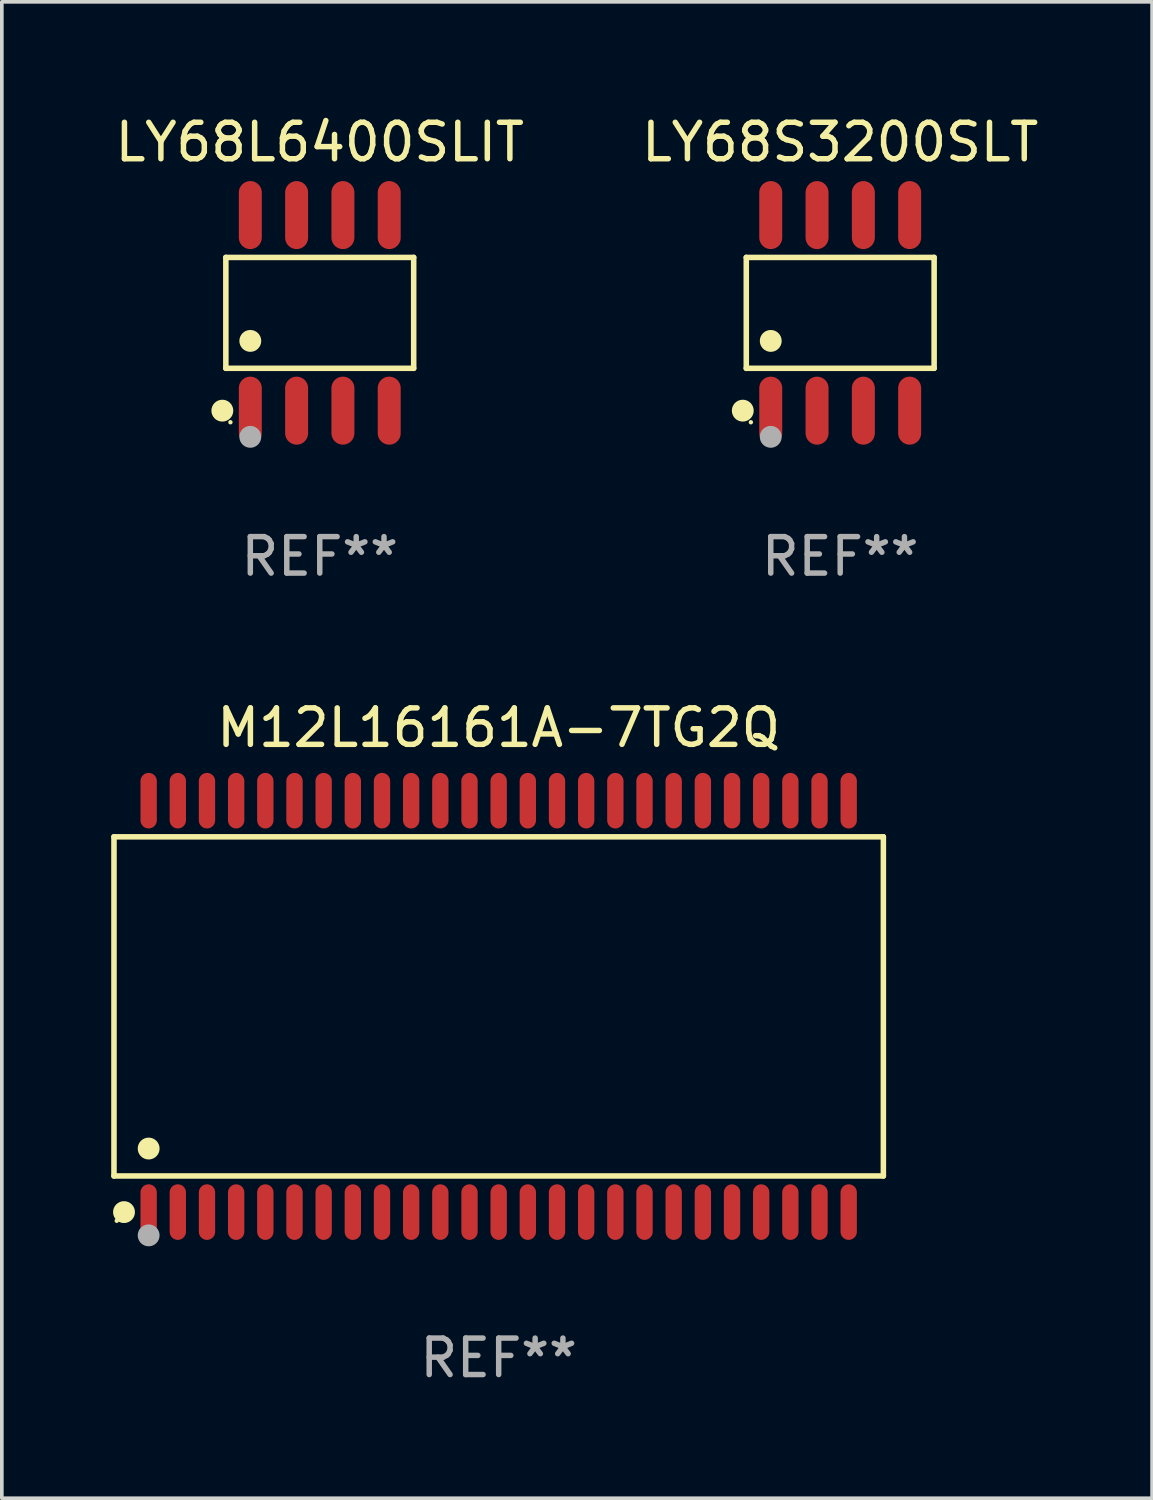
<source format=kicad_pcb>
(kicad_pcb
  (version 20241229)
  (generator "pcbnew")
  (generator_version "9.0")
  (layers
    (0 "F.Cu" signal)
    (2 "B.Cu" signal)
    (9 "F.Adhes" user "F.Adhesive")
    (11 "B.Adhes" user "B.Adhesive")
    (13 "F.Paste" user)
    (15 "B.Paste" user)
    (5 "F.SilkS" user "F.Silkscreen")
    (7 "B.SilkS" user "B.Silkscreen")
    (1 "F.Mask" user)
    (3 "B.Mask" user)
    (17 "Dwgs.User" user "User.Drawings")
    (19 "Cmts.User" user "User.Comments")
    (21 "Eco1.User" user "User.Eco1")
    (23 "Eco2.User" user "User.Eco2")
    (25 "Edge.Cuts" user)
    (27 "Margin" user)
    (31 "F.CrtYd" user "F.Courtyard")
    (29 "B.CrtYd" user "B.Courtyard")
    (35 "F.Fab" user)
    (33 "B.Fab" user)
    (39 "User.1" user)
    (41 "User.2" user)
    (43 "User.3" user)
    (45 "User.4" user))
  (footprint "LY68S3200SLT"
    (layer "F.Cu")
    (at 19.994 5.531)
    (property "Reference" "LY68S3200SLT" (at 0 -4.682 0) (layer "F.SilkS") (effects (font (size 1 1) (thickness 0.15))))
    (attr through_hole)
    (fp_line (start -2.576 -1.521) (end 2.576 -1.521) (stroke (width 0.152) (type solid)) (layer "F.SilkS"))
    (fp_line (start -2.576 1.521) (end -2.576 -1.521) (stroke (width 0.152) (type solid)) (layer "F.SilkS"))
    (fp_line (start 2.576 -1.521) (end 2.576 1.521) (stroke (width 0.152) (type solid)) (layer "F.SilkS"))
    (fp_line (start 2.576 1.521) (end -2.576 1.521) (stroke (width 0.152) (type solid)) (layer "F.SilkS"))
    (fp_circle (center -2.672 2.682) (end -2.522 2.682) (stroke (width 0.3) (type solid)) (fill no) (layer "F.SilkS"))
    (fp_circle (center -2.45 3) (end -2.42 3) (stroke (width 0.06) (type solid)) (fill no) (layer "F.SilkS"))
    (fp_circle (center -1.905 0.769) (end -1.755 0.769) (stroke (width 0.3) (type solid)) (fill no) (layer "F.SilkS"))
    (fp_circle (center -1.905 3.4) (end -1.755 3.4) (stroke (width 0.3) (type solid)) (fill no) (layer "F.Fab"))
    (fp_text user "REF**" (at 0 6.682 0) (layer "F.Fab") (effects (font (size 1 1) (thickness 0.15))))
    (pad "1" smd oval (at -1.905 2.682) (size 0.63 1.865) (layers "F.Cu" "F.Mask" "F.Paste"))
    (pad "2" smd oval (at -0.635 2.682) (size 0.63 1.865) (layers "F.Cu" "F.Mask" "F.Paste"))
    (pad "3" smd oval (at 0.635 2.682) (size 0.63 1.865) (layers "F.Cu" "F.Mask" "F.Paste"))
    (pad "4" smd oval (at 1.905 2.682) (size 0.63 1.865) (layers "F.Cu" "F.Mask" "F.Paste"))
    (pad "5" smd oval (at 1.905 -2.682) (size 0.63 1.865) (layers "F.Cu" "F.Mask" "F.Paste"))
    (pad "6" smd oval (at 0.635 -2.682) (size 0.63 1.865) (layers "F.Cu" "F.Mask" "F.Paste"))
    (pad "7" smd oval (at -0.635 -2.682) (size 0.63 1.865) (layers "F.Cu" "F.Mask" "F.Paste"))
    (pad "8" smd oval (at -1.905 -2.682) (size 0.63 1.865) (layers "F.Cu" "F.Mask" "F.Paste")))
  (footprint "LY68L6400SLIT"
    (layer "F.Cu")
    (at 5.72 5.531)
    (property "Reference" "LY68L6400SLIT" (at 0 -4.682 0) (layer "F.SilkS") (effects (font (size 1 1) (thickness 0.15))))
    (attr through_hole)
    (fp_line (start -2.576 -1.521) (end 2.576 -1.521) (stroke (width 0.152) (type solid)) (layer "F.SilkS"))
    (fp_line (start -2.576 1.521) (end -2.576 -1.521) (stroke (width 0.152) (type solid)) (layer "F.SilkS"))
    (fp_line (start 2.576 -1.521) (end 2.576 1.521) (stroke (width 0.152) (type solid)) (layer "F.SilkS"))
    (fp_line (start 2.576 1.521) (end -2.576 1.521) (stroke (width 0.152) (type solid)) (layer "F.SilkS"))
    (fp_circle (center -2.672 2.682) (end -2.522 2.682) (stroke (width 0.3) (type solid)) (fill no) (layer "F.SilkS"))
    (fp_circle (center -2.45 3) (end -2.42 3) (stroke (width 0.06) (type solid)) (fill no) (layer "F.SilkS"))
    (fp_circle (center -1.905 0.769) (end -1.755 0.769) (stroke (width 0.3) (type solid)) (fill no) (layer "F.SilkS"))
    (fp_circle (center -1.905 3.4) (end -1.755 3.4) (stroke (width 0.3) (type solid)) (fill no) (layer "F.Fab"))
    (fp_text user "REF**" (at 0 6.682 0) (layer "F.Fab") (effects (font (size 1 1) (thickness 0.15))))
    (pad "1" smd oval (at -1.905 2.682) (size 0.63 1.865) (layers "F.Cu" "F.Mask" "F.Paste"))
    (pad "2" smd oval (at -0.635 2.682) (size 0.63 1.865) (layers "F.Cu" "F.Mask" "F.Paste"))
    (pad "3" smd oval (at 0.635 2.682) (size 0.63 1.865) (layers "F.Cu" "F.Mask" "F.Paste"))
    (pad "4" smd oval (at 1.905 2.682) (size 0.63 1.865) (layers "F.Cu" "F.Mask" "F.Paste"))
    (pad "5" smd oval (at 1.905 -2.682) (size 0.63 1.865) (layers "F.Cu" "F.Mask" "F.Paste"))
    (pad "6" smd oval (at 0.635 -2.682) (size 0.63 1.865) (layers "F.Cu" "F.Mask" "F.Paste"))
    (pad "7" smd oval (at -0.635 -2.682) (size 0.63 1.865) (layers "F.Cu" "F.Mask" "F.Paste"))
    (pad "8" smd oval (at -1.905 -2.682) (size 0.63 1.865) (layers "F.Cu" "F.Mask" "F.Paste")))
  (footprint "M12L16161A-7TG2Q"
    (layer "F.Cu")
    (at 10.627 24.552)
    (property "Reference" "M12L16161A-7TG2Q" (at 0 -7.642 0) (layer "F.SilkS") (effects (font (size 1 1) (thickness 0.15))))
    (attr through_hole)
    (fp_line (start -10.551 -4.651) (end 10.551 -4.651) (stroke (width 0.152) (type solid)) (layer "F.SilkS"))
    (fp_line (start -10.551 4.651) (end -10.551 -4.651) (stroke (width 0.152) (type solid)) (layer "F.SilkS"))
    (fp_line (start 10.551 -4.651) (end 10.551 4.651) (stroke (width 0.152) (type solid)) (layer "F.SilkS"))
    (fp_line (start 10.551 4.651) (end -10.551 4.651) (stroke (width 0.152) (type solid)) (layer "F.SilkS"))
    (fp_circle (center -10.475 5.88) (end -10.445 5.88) (stroke (width 0.06) (type solid)) (fill no) (layer "F.SilkS"))
    (fp_circle (center -10.276 5.642) (end -10.126 5.642) (stroke (width 0.3) (type solid)) (fill no) (layer "F.SilkS"))
    (fp_circle (center -9.6 3.899) (end -9.45 3.899) (stroke (width 0.3) (type solid)) (fill no) (layer "F.SilkS"))
    (fp_circle (center -9.6 6.28) (end -9.45 6.28) (stroke (width 0.3) (type solid)) (fill no) (layer "F.Fab"))
    (fp_text user "REF**" (at 0 9.642 0) (layer "F.Fab") (effects (font (size 1 1) (thickness 0.15))))
    (pad "1" smd oval (at -9.6 5.642) (size 0.448 1.524) (layers "F.Cu" "F.Mask" "F.Paste"))
    (pad "2" smd oval (at -8.8 5.642) (size 0.448 1.524) (layers "F.Cu" "F.Mask" "F.Paste"))
    (pad "3" smd oval (at -8 5.642) (size 0.448 1.524) (layers "F.Cu" "F.Mask" "F.Paste"))
    (pad "4" smd oval (at -7.2 5.642) (size 0.448 1.524) (layers "F.Cu" "F.Mask" "F.Paste"))
    (pad "5" smd oval (at -6.4 5.642) (size 0.448 1.524) (layers "F.Cu" "F.Mask" "F.Paste"))
    (pad "6" smd oval (at -5.6 5.642) (size 0.448 1.524) (layers "F.Cu" "F.Mask" "F.Paste"))
    (pad "7" smd oval (at -4.8 5.642) (size 0.448 1.524) (layers "F.Cu" "F.Mask" "F.Paste"))
    (pad "8" smd oval (at -4 5.642) (size 0.448 1.524) (layers "F.Cu" "F.Mask" "F.Paste"))
    (pad "9" smd oval (at -3.2 5.642) (size 0.448 1.524) (layers "F.Cu" "F.Mask" "F.Paste"))
    (pad "10" smd oval (at -2.4 5.642) (size 0.448 1.524) (layers "F.Cu" "F.Mask" "F.Paste"))
    (pad "11" smd oval (at -1.6 5.642) (size 0.448 1.524) (layers "F.Cu" "F.Mask" "F.Paste"))
    (pad "12" smd oval (at -0.8 5.642) (size 0.448 1.524) (layers "F.Cu" "F.Mask" "F.Paste"))
    (pad "13" smd oval (at 0 5.642) (size 0.448 1.524) (layers "F.Cu" "F.Mask" "F.Paste"))
    (pad "14" smd oval (at 0.8 5.642) (size 0.448 1.524) (layers "F.Cu" "F.Mask" "F.Paste"))
    (pad "15" smd oval (at 1.6 5.642) (size 0.448 1.524) (layers "F.Cu" "F.Mask" "F.Paste"))
    (pad "16" smd oval (at 2.4 5.642) (size 0.448 1.524) (layers "F.Cu" "F.Mask" "F.Paste"))
    (pad "17" smd oval (at 3.2 5.642) (size 0.448 1.524) (layers "F.Cu" "F.Mask" "F.Paste"))
    (pad "18" smd oval (at 4 5.642) (size 0.448 1.524) (layers "F.Cu" "F.Mask" "F.Paste"))
    (pad "19" smd oval (at 4.8 5.642) (size 0.448 1.524) (layers "F.Cu" "F.Mask" "F.Paste"))
    (pad "20" smd oval (at 5.6 5.642) (size 0.448 1.524) (layers "F.Cu" "F.Mask" "F.Paste"))
    (pad "21" smd oval (at 6.4 5.642) (size 0.448 1.524) (layers "F.Cu" "F.Mask" "F.Paste"))
    (pad "22" smd oval (at 7.2 5.642) (size 0.448 1.524) (layers "F.Cu" "F.Mask" "F.Paste"))
    (pad "23" smd oval (at 8 5.642) (size 0.448 1.524) (layers "F.Cu" "F.Mask" "F.Paste"))
    (pad "24" smd oval (at 8.8 5.642) (size 0.448 1.524) (layers "F.Cu" "F.Mask" "F.Paste"))
    (pad "25" smd oval (at 9.6 5.642) (size 0.448 1.524) (layers "F.Cu" "F.Mask" "F.Paste"))
    (pad "26" smd oval (at 9.6 -5.642) (size 0.448 1.524) (layers "F.Cu" "F.Mask" "F.Paste"))
    (pad "27" smd oval (at 8.8 -5.642) (size 0.448 1.524) (layers "F.Cu" "F.Mask" "F.Paste"))
    (pad "28" smd oval (at 8 -5.642) (size 0.448 1.524) (layers "F.Cu" "F.Mask" "F.Paste"))
    (pad "29" smd oval (at 7.2 -5.642) (size 0.448 1.524) (layers "F.Cu" "F.Mask" "F.Paste"))
    (pad "30" smd oval (at 6.4 -5.642) (size 0.448 1.524) (layers "F.Cu" "F.Mask" "F.Paste"))
    (pad "31" smd oval (at 5.6 -5.642) (size 0.448 1.524) (layers "F.Cu" "F.Mask" "F.Paste"))
    (pad "32" smd oval (at 4.8 -5.642) (size 0.448 1.524) (layers "F.Cu" "F.Mask" "F.Paste"))
    (pad "33" smd oval (at 4 -5.642) (size 0.448 1.524) (layers "F.Cu" "F.Mask" "F.Paste"))
    (pad "34" smd oval (at 3.2 -5.642) (size 0.448 1.524) (layers "F.Cu" "F.Mask" "F.Paste"))
    (pad "35" smd oval (at 2.4 -5.642) (size 0.448 1.524) (layers "F.Cu" "F.Mask" "F.Paste"))
    (pad "36" smd oval (at 1.6 -5.642) (size 0.448 1.524) (layers "F.Cu" "F.Mask" "F.Paste"))
    (pad "37" smd oval (at 0.8 -5.642) (size 0.448 1.524) (layers "F.Cu" "F.Mask" "F.Paste"))
    (pad "38" smd oval (at 0 -5.642) (size 0.448 1.524) (layers "F.Cu" "F.Mask" "F.Paste"))
    (pad "39" smd oval (at -0.8 -5.642) (size 0.448 1.524) (layers "F.Cu" "F.Mask" "F.Paste"))
    (pad "40" smd oval (at -1.6 -5.642) (size 0.448 1.524) (layers "F.Cu" "F.Mask" "F.Paste"))
    (pad "41" smd oval (at -2.4 -5.642) (size 0.448 1.524) (layers "F.Cu" "F.Mask" "F.Paste"))
    (pad "42" smd oval (at -3.2 -5.642) (size 0.448 1.524) (layers "F.Cu" "F.Mask" "F.Paste"))
    (pad "43" smd oval (at -4 -5.642) (size 0.448 1.524) (layers "F.Cu" "F.Mask" "F.Paste"))
    (pad "44" smd oval (at -4.8 -5.642) (size 0.448 1.524) (layers "F.Cu" "F.Mask" "F.Paste"))
    (pad "45" smd oval (at -5.6 -5.642) (size 0.448 1.524) (layers "F.Cu" "F.Mask" "F.Paste"))
    (pad "46" smd oval (at -6.4 -5.642) (size 0.448 1.524) (layers "F.Cu" "F.Mask" "F.Paste"))
    (pad "47" smd oval (at -7.2 -5.642) (size 0.448 1.524) (layers "F.Cu" "F.Mask" "F.Paste"))
    (pad "48" smd oval (at -8 -5.642) (size 0.448 1.524) (layers "F.Cu" "F.Mask" "F.Paste"))
    (pad "49" smd oval (at -8.8 -5.642) (size 0.448 1.524) (layers "F.Cu" "F.Mask" "F.Paste"))
    (pad "50" smd oval (at -9.6 -5.642) (size 0.448 1.524) (layers "F.Cu" "F.Mask" "F.Paste")))
  (gr_rect
    (start -3 -3)
    (end 28.548 38.042)
    (stroke (width 0.1) (type default))
    (fill no)
    (layer "Edge.Cuts")))
</source>
